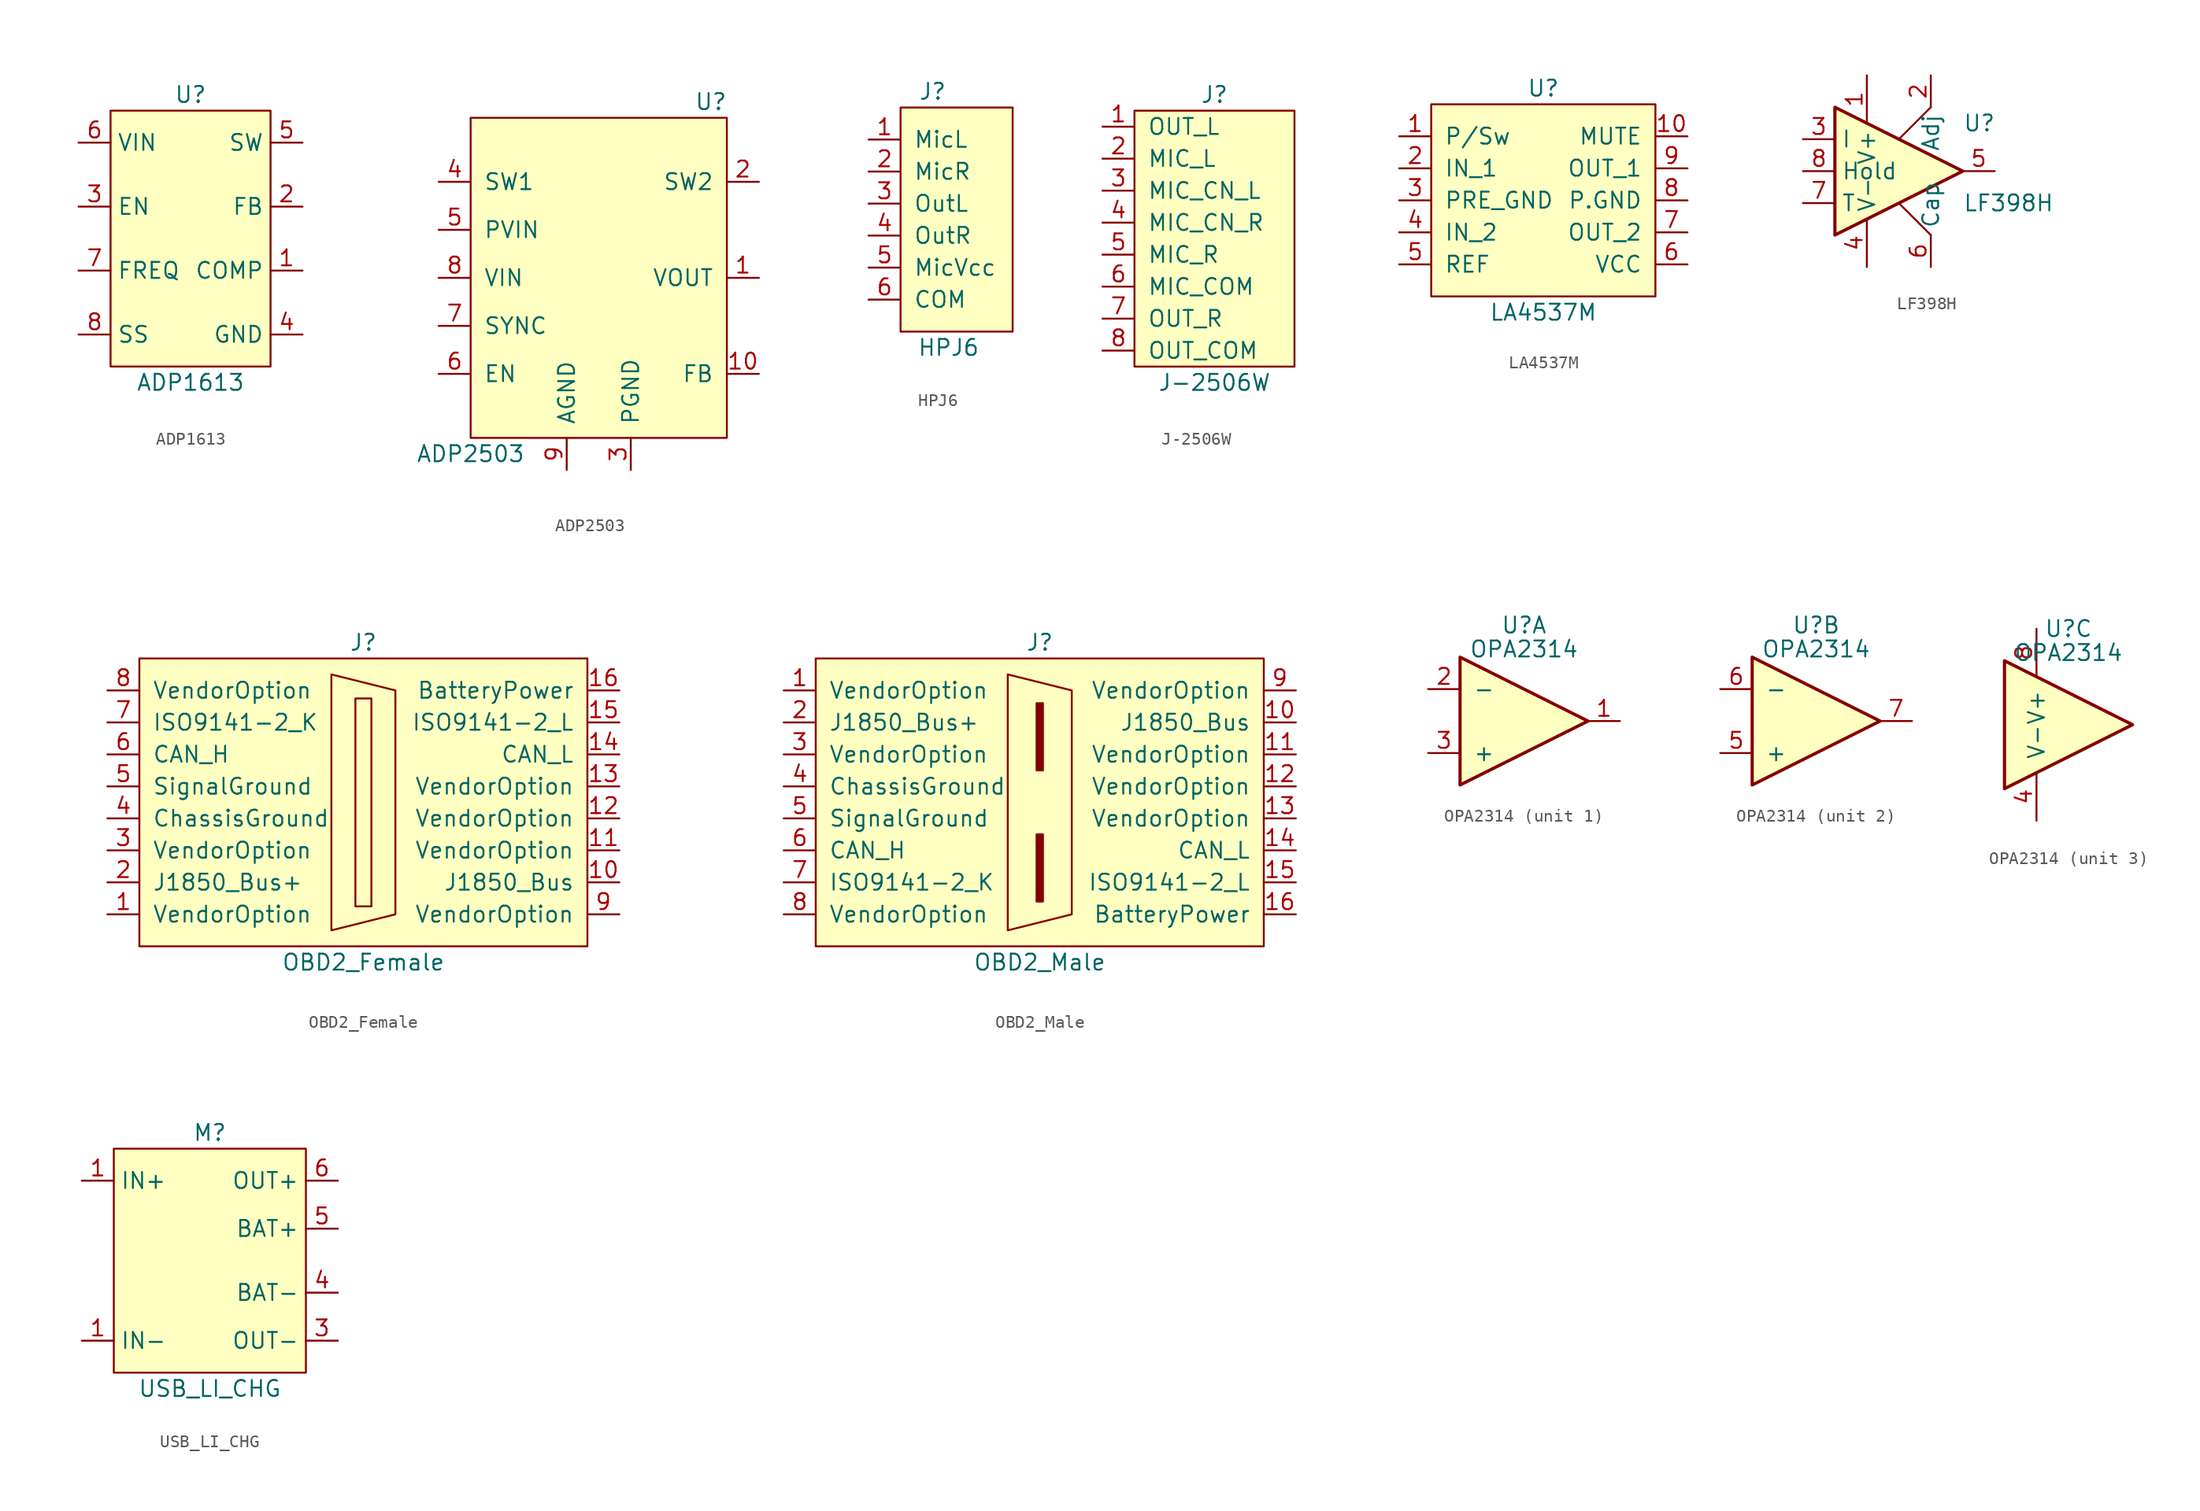
<source format=kicad_sym>
(kicad_symbol_lib
  (version 20211014)
  (generator kicad_symbol_editor)
  (symbol "ADP1613"
    (property "Reference" "U"
      (at 0 11.43 0)
      (effects (font (size 1.27 1.27))))
    (property "Value" "ADP1613"
      (at 0 -11.43 0)
      (effects (font (size 1.27 1.27))))
    (symbol "ADP1613_0_1"
      (rectangle (start -6.35 10.16) (end 6.35 -10.16) (stroke (width 0.152) (type default) (color 0 0 0 0)) (fill (type background))))
    (symbol "ADP1613_1_1"
      (pin input line (at 8.89 -2.54 180) (length 2.54) (name "COMP" (effects (font (size 1.27 1.27)))) (number "1" (effects (font (size 1.27 1.27)))))
      (pin input line (at 8.89 2.54 180) (length 2.54) (name "FB" (effects (font (size 1.27 1.27)))) (number "2" (effects (font (size 1.27 1.27)))))
      (pin input line (at -8.89 2.54 0) (length 2.54) (name "EN" (effects (font (size 1.27 1.27)))) (number "3" (effects (font (size 1.27 1.27)))))
      (pin power_in line (at 8.89 -7.62 180) (length 2.54) (name "GND" (effects (font (size 1.27 1.27)))) (number "4" (effects (font (size 1.27 1.27)))))
      (pin output line (at 8.89 7.62 180) (length 2.54) (name "SW" (effects (font (size 1.27 1.27)))) (number "5" (effects (font (size 1.27 1.27)))))
      (pin power_in line (at -8.89 7.62 0) (length 2.54) (name "VIN" (effects (font (size 1.27 1.27)))) (number "6" (effects (font (size 1.27 1.27)))))
      (pin input line (at -8.89 -2.54 0) (length 2.54) (name "FREQ" (effects (font (size 1.27 1.27)))) (number "7" (effects (font (size 1.27 1.27)))))
      (pin input line (at -8.89 -7.62 0) (length 2.54) (name "SS" (effects (font (size 1.27 1.27)))) (number "8" (effects (font (size 1.27 1.27)))))))
  (symbol "ADP2503"
    (pin_names
      (offset 1.016))
    (property "Reference" "U"
      (at 8.89 13.97 0)
      (effects (font (size 1.27 1.27))))
    (property "Value" "ADP2503"
      (at -10.16 -13.97 0)
      (effects (font (size 1.27 1.27))))
    (symbol "ADP2503_0_1"
      (rectangle (start -10.16 12.7) (end 10.16 -12.7) (stroke (width 0) (type default) (color 0 0 0 0)) (fill (type background))))
    (symbol "ADP2503_1_1"
      (pin output line (at 12.7 0 180) (length 2.54) (name "VOUT" (effects (font (size 1.27 1.27)))) (number "1" (effects (font (size 1.27 1.27)))))
      (pin input line (at 12.7 -7.62 180) (length 2.54) (name "FB" (effects (font (size 1.27 1.27)))) (number "10" (effects (font (size 1.27 1.27)))))
      (pin passive line (at 12.7 7.62 180) (length 2.54) (name "SW2" (effects (font (size 1.27 1.27)))) (number "2" (effects (font (size 1.27 1.27)))))
      (pin power_in line (at 2.54 -15.24 90) (length 2.54) (name "PGND" (effects (font (size 1.27 1.27)))) (number "3" (effects (font (size 1.27 1.27)))))
      (pin passive line (at -12.7 7.62 0) (length 2.54) (name "SW1" (effects (font (size 1.27 1.27)))) (number "4" (effects (font (size 1.27 1.27)))))
      (pin input line (at -12.7 3.81 0) (length 2.54) (name "PVIN" (effects (font (size 1.27 1.27)))) (number "5" (effects (font (size 1.27 1.27)))))
      (pin input line (at -12.7 -7.62 0) (length 2.54) (name "EN" (effects (font (size 1.27 1.27)))) (number "6" (effects (font (size 1.27 1.27)))))
      (pin input line (at -12.7 -3.81 0) (length 2.54) (name "SYNC" (effects (font (size 1.27 1.27)))) (number "7" (effects (font (size 1.27 1.27)))))
      (pin input line (at -12.7 0 0) (length 2.54) (name "VIN" (effects (font (size 1.27 1.27)))) (number "8" (effects (font (size 1.27 1.27)))))
      (pin power_in line (at -2.54 -15.24 90) (length 2.54) (name "AGND" (effects (font (size 1.27 1.27)))) (number "9" (effects (font (size 1.27 1.27)))))))
  (symbol "HPJ6"
    (pin_names
      (offset 1.016))
    (property "Reference" "J"
      (at 0 10.16 0)
      (effects (font (size 1.27 1.27))))
    (property "Value" "HPJ6"
      (at 1.27 -10.16 0)
      (effects (font (size 1.27 1.27))))
    (symbol "HPJ6_0_1"
      (rectangle (start -2.54 8.89) (end 6.35 -8.89) (stroke (width 0) (type default) (color 0 0 0 0)) (fill (type background))))
    (symbol "HPJ6_1_1"
      (pin output line (at -5.08 6.35 0) (length 2.54) (name "MicL" (effects (font (size 1.27 1.27)))) (number "1" (effects (font (size 1.27 1.27)))))
      (pin output line (at -5.08 3.81 0) (length 2.54) (name "MicR" (effects (font (size 1.27 1.27)))) (number "2" (effects (font (size 1.27 1.27)))))
      (pin input line (at -5.08 1.27 0) (length 2.54) (name "OutL" (effects (font (size 1.27 1.27)))) (number "3" (effects (font (size 1.27 1.27)))))
      (pin input line (at -5.08 -1.27 0) (length 2.54) (name "OutR" (effects (font (size 1.27 1.27)))) (number "4" (effects (font (size 1.27 1.27)))))
      (pin power_in line (at -5.08 -3.81 0) (length 2.54) (name "MicVcc" (effects (font (size 1.27 1.27)))) (number "5" (effects (font (size 1.27 1.27)))))
      (pin power_in line (at -5.08 -6.35 0) (length 2.54) (name "COM" (effects (font (size 1.27 1.27)))) (number "6" (effects (font (size 1.27 1.27)))))))
  (symbol "J-2506W"
    (pin_names
      (offset 1.016))
    (property "Reference" "J"
      (at 0 11.43 0)
      (effects (font (size 1.27 1.27))))
    (property "Value" "J-2506W"
      (at 0 -11.43 0)
      (effects (font (size 1.27 1.27))))
    (symbol "J-2506W_0_1"
      (rectangle (start -6.35 10.16) (end 6.35 -10.16) (stroke (width 0) (type default) (color 0 0 0 0)) (fill (type background))))
    (symbol "J-2506W_1_1"
      (pin output line (at -8.89 8.89 0) (length 2.54) (name "OUT_L" (effects (font (size 1.27 1.27)))) (number "1" (effects (font (size 1.27 1.27)))))
      (pin input line (at -8.89 6.35 0) (length 2.54) (name "MIC_L" (effects (font (size 1.27 1.27)))) (number "2" (effects (font (size 1.27 1.27)))))
      (pin input line (at -8.89 3.81 0) (length 2.54) (name "MIC_CN_L" (effects (font (size 1.27 1.27)))) (number "3" (effects (font (size 1.27 1.27)))))
      (pin input line (at -8.89 1.27 0) (length 2.54) (name "MIC_CN_R" (effects (font (size 1.27 1.27)))) (number "4" (effects (font (size 1.27 1.27)))))
      (pin input line (at -8.89 -1.27 0) (length 2.54) (name "MIC_R" (effects (font (size 1.27 1.27)))) (number "5" (effects (font (size 1.27 1.27)))))
      (pin passive line (at -8.89 -3.81 0) (length 2.54) (name "MIC_COM" (effects (font (size 1.27 1.27)))) (number "6" (effects (font (size 1.27 1.27)))))
      (pin output line (at -8.89 -6.35 0) (length 2.54) (name "OUT_R" (effects (font (size 1.27 1.27)))) (number "7" (effects (font (size 1.27 1.27)))))
      (pin passive line (at -8.89 -8.89 0) (length 2.54) (name "OUT_COM" (effects (font (size 1.27 1.27)))) (number "8" (effects (font (size 1.27 1.27)))))))
  (symbol "LA4537M"
    (pin_names
      (offset 1.016))
    (property "Reference" "U"
      (at 0 8.89 0)
      (effects (font (size 1.27 1.27))))
    (property "Value" "LA4537M"
      (at 0 -8.89 0)
      (effects (font (size 1.27 1.27))))
    (symbol "LA4537M_0_1"
      (rectangle (start -8.89 7.62) (end 8.89 -7.62) (stroke (width 0) (type default) (color 0 0 0 0)) (fill (type background))))
    (symbol "LA4537M_1_1"
      (pin input line (at -11.43 5.08 0) (length 2.54) (name "P/Sw" (effects (font (size 1.27 1.27)))) (number "1" (effects (font (size 1.27 1.27)))))
      (pin input line (at 11.43 5.08 180) (length 2.54) (name "MUTE" (effects (font (size 1.27 1.27)))) (number "10" (effects (font (size 1.27 1.27)))))
      (pin input line (at -11.43 2.54 0) (length 2.54) (name "IN_1" (effects (font (size 1.27 1.27)))) (number "2" (effects (font (size 1.27 1.27)))))
      (pin input line (at -11.43 0 0) (length 2.54) (name "PRE_GND" (effects (font (size 1.27 1.27)))) (number "3" (effects (font (size 1.27 1.27)))))
      (pin input line (at -11.43 -2.54 0) (length 2.54) (name "IN_2" (effects (font (size 1.27 1.27)))) (number "4" (effects (font (size 1.27 1.27)))))
      (pin input line (at -11.43 -5.08 0) (length 2.54) (name "REF" (effects (font (size 1.27 1.27)))) (number "5" (effects (font (size 1.27 1.27)))))
      (pin power_in line (at 11.43 -5.08 180) (length 2.54) (name "VCC" (effects (font (size 1.27 1.27)))) (number "6" (effects (font (size 1.27 1.27)))))
      (pin output line (at 11.43 -2.54 180) (length 2.54) (name "OUT_2" (effects (font (size 1.27 1.27)))) (number "7" (effects (font (size 1.27 1.27)))))
      (pin power_in line (at 11.43 0 180) (length 2.54) (name "P.GND" (effects (font (size 1.27 1.27)))) (number "8" (effects (font (size 1.27 1.27)))))
      (pin output line (at 11.43 2.54 180) (length 2.54) (name "OUT_1" (effects (font (size 1.27 1.27)))) (number "9" (effects (font (size 1.27 1.27)))))))
  (symbol "LF398H"
    (property "Reference" "U"
      (at 5.08 3.81 0)
      (effects (font (size 1.27 1.27)) (justify left)))
    (property "Value" "LF398H"
      (at 5.08 -2.54 0)
      (effects (font (size 1.27 1.27)) (justify left)))
    (symbol "LF398H_0_1"
      (polyline (pts (xy 0 -2.54) (xy 2.54 -5.08)) (stroke (width 0) (type default) (color 0 0 0 0)) (fill (type none)))
      (polyline (pts (xy 2.54 5.08) (xy 0 2.54)) (stroke (width 0) (type default) (color 0 0 0 0)) (fill (type none)))
      (polyline (pts (xy -5.08 5.08) (xy 5.08 0) (xy -5.08 -5.08) (xy -5.08 5.08)) (stroke (width 0.254) (type default) (color 0 0 0 0)) (fill (type background))))
    (symbol "LF398H_1_1"
      (pin passive line (at -2.54 7.62 270) (length 3.81) (name "V+" (effects (font (size 1.27 1.27)))) (number "1" (effects (font (size 1.27 1.27)))))
      (pin passive line (at 2.54 7.62 270) (length 2.54) (name "Adj" (effects (font (size 1.27 1.27)))) (number "2" (effects (font (size 1.27 1.27)))))
      (pin input line (at -7.62 2.54 0) (length 2.54) (name "I" (effects (font (size 1.27 1.27)))) (number "3" (effects (font (size 1.27 1.27)))))
      (pin passive line (at -2.54 -7.62 90) (length 3.81) (name "V-" (effects (font (size 1.27 1.27)))) (number "4" (effects (font (size 1.27 1.27)))))
      (pin output line (at 7.62 0 180) (length 2.54) (name "~" (effects (font (size 1.27 1.27)))) (number "5" (effects (font (size 1.27 1.27)))))
      (pin passive line (at 2.54 -7.62 90) (length 2.54) (name "Cap" (effects (font (size 1.27 1.27)))) (number "6" (effects (font (size 1.27 1.27)))))
      (pin passive line (at -7.62 -2.54 0) (length 2.54) (name "T" (effects (font (size 1.27 1.27)))) (number "7" (effects (font (size 1.27 1.27)))))
      (pin input line (at -7.62 0 0) (length 2.54) (name "Hold" (effects (font (size 1.27 1.27)))) (number "8" (effects (font (size 1.27 1.27)))))))
  (symbol "OBD2_Female"
    (pin_names
      (offset 1.016))
    (property "Reference" "J"
      (at 0 12.7 0)
      (effects (font (size 1.27 1.27))))
    (property "Value" "OBD2_Female"
      (at 0 -12.7 0)
      (effects (font (size 1.27 1.27))))
    (symbol "OBD2_Female_0_1"
      (rectangle (start -17.78 11.43) (end 17.78 -11.43) (stroke (width 0) (type default) (color 0 0 0 0)) (fill (type background)))
      (polyline (pts (xy -2.54 -10.16) (xy -2.54 10.16) (xy 2.54 8.89) (xy 2.54 -8.89) (xy -2.54 -10.16)) (stroke (width 0) (type default) (color 0 0 0 0)) (fill (type none)))
      (polyline (pts (xy 0.635 -8.255) (xy 0.635 8.255) (xy -0.635 8.255) (xy -0.635 -8.255) (xy 0.635 -8.255)) (stroke (width 0) (type default) (color 0 0 0 0)) (fill (type none))))
    (symbol "OBD2_Female_1_1"
      (pin passive line (at -20.32 -8.89 0) (length 2.54) (name "VendorOption" (effects (font (size 1.27 1.27)))) (number "1" (effects (font (size 1.27 1.27)))))
      (pin passive line (at 20.32 -6.35 180) (length 2.54) (name "J1850_Bus" (effects (font (size 1.27 1.27)))) (number "10" (effects (font (size 1.27 1.27)))))
      (pin passive line (at 20.32 -3.81 180) (length 2.54) (name "VendorOption" (effects (font (size 1.27 1.27)))) (number "11" (effects (font (size 1.27 1.27)))))
      (pin passive line (at 20.32 -1.27 180) (length 2.54) (name "VendorOption" (effects (font (size 1.27 1.27)))) (number "12" (effects (font (size 1.27 1.27)))))
      (pin passive line (at 20.32 1.27 180) (length 2.54) (name "VendorOption" (effects (font (size 1.27 1.27)))) (number "13" (effects (font (size 1.27 1.27)))))
      (pin bidirectional line (at 20.32 3.81 180) (length 2.54) (name "CAN_L" (effects (font (size 1.27 1.27)))) (number "14" (effects (font (size 1.27 1.27)))))
      (pin bidirectional line (at 20.32 6.35 180) (length 2.54) (name "ISO9141-2_L" (effects (font (size 1.27 1.27)))) (number "15" (effects (font (size 1.27 1.27)))))
      (pin power_out line (at 20.32 8.89 180) (length 2.54) (name "BatteryPower" (effects (font (size 1.27 1.27)))) (number "16" (effects (font (size 1.27 1.27)))))
      (pin passive line (at -20.32 -6.35 0) (length 2.54) (name "J1850_Bus+" (effects (font (size 1.27 1.27)))) (number "2" (effects (font (size 1.27 1.27)))))
      (pin passive line (at -20.32 -3.81 0) (length 2.54) (name "VendorOption" (effects (font (size 1.27 1.27)))) (number "3" (effects (font (size 1.27 1.27)))))
      (pin power_out line (at -20.32 -1.27 0) (length 2.54) (name "ChassisGround" (effects (font (size 1.27 1.27)))) (number "4" (effects (font (size 1.27 1.27)))))
      (pin power_out line (at -20.32 1.27 0) (length 2.54) (name "SignalGround" (effects (font (size 1.27 1.27)))) (number "5" (effects (font (size 1.27 1.27)))))
      (pin bidirectional line (at -20.32 3.81 0) (length 2.54) (name "CAN_H" (effects (font (size 1.27 1.27)))) (number "6" (effects (font (size 1.27 1.27)))))
      (pin input line (at -20.32 6.35 0) (length 2.54) (name "ISO9141-2_K" (effects (font (size 1.27 1.27)))) (number "7" (effects (font (size 1.27 1.27)))))
      (pin passive line (at -20.32 8.89 0) (length 2.54) (name "VendorOption" (effects (font (size 1.27 1.27)))) (number "8" (effects (font (size 1.27 1.27)))))
      (pin passive line (at 20.32 -8.89 180) (length 2.54) (name "VendorOption" (effects (font (size 1.27 1.27)))) (number "9" (effects (font (size 1.27 1.27)))))))
  (symbol "OBD2_Male"
    (pin_names
      (offset 1.016))
    (property "Reference" "J"
      (at 0 12.7 0)
      (effects (font (size 1.27 1.27))))
    (property "Value" "OBD2_Male"
      (at 0 -12.7 0)
      (effects (font (size 1.27 1.27))))
    (symbol "OBD2_Male_0_1"
      (rectangle (start -17.78 11.43) (end 17.78 -11.43) (stroke (width 0) (type default) (color 0 0 0 0)) (fill (type background)))
      (rectangle (start -0.254 -7.874) (end 0.254 -2.54) (stroke (width 0) (type default) (color 0 0 0 0)) (fill (type outline)))
      (rectangle (start -0.254 7.874) (end 0.254 2.54) (stroke (width 0) (type default) (color 0 0 0 0)) (fill (type outline)))
      (polyline (pts (xy -2.54 -10.16) (xy -2.54 10.16) (xy 2.54 8.89) (xy 2.54 -8.89) (xy -2.54 -10.16)) (stroke (width 0) (type default) (color 0 0 0 0)) (fill (type none))))
    (symbol "OBD2_Male_1_1"
      (pin passive line (at -20.32 8.89 0) (length 2.54) (name "VendorOption" (effects (font (size 1.27 1.27)))) (number "1" (effects (font (size 1.27 1.27)))))
      (pin passive line (at 20.32 6.35 180) (length 2.54) (name "J1850_Bus" (effects (font (size 1.27 1.27)))) (number "10" (effects (font (size 1.27 1.27)))))
      (pin passive line (at 20.32 3.81 180) (length 2.54) (name "VendorOption" (effects (font (size 1.27 1.27)))) (number "11" (effects (font (size 1.27 1.27)))))
      (pin passive line (at 20.32 1.27 180) (length 2.54) (name "VendorOption" (effects (font (size 1.27 1.27)))) (number "12" (effects (font (size 1.27 1.27)))))
      (pin passive line (at 20.32 -1.27 180) (length 2.54) (name "VendorOption" (effects (font (size 1.27 1.27)))) (number "13" (effects (font (size 1.27 1.27)))))
      (pin bidirectional line (at 20.32 -3.81 180) (length 2.54) (name "CAN_L" (effects (font (size 1.27 1.27)))) (number "14" (effects (font (size 1.27 1.27)))))
      (pin bidirectional line (at 20.32 -6.35 180) (length 2.54) (name "ISO9141-2_L" (effects (font (size 1.27 1.27)))) (number "15" (effects (font (size 1.27 1.27)))))
      (pin power_out line (at 20.32 -8.89 180) (length 2.54) (name "BatteryPower" (effects (font (size 1.27 1.27)))) (number "16" (effects (font (size 1.27 1.27)))))
      (pin passive line (at -20.32 6.35 0) (length 2.54) (name "J1850_Bus+" (effects (font (size 1.27 1.27)))) (number "2" (effects (font (size 1.27 1.27)))))
      (pin passive line (at -20.32 3.81 0) (length 2.54) (name "VendorOption" (effects (font (size 1.27 1.27)))) (number "3" (effects (font (size 1.27 1.27)))))
      (pin power_out line (at -20.32 1.27 0) (length 2.54) (name "ChassisGround" (effects (font (size 1.27 1.27)))) (number "4" (effects (font (size 1.27 1.27)))))
      (pin power_out line (at -20.32 -1.27 0) (length 2.54) (name "SignalGround" (effects (font (size 1.27 1.27)))) (number "5" (effects (font (size 1.27 1.27)))))
      (pin bidirectional line (at -20.32 -3.81 0) (length 2.54) (name "CAN_H" (effects (font (size 1.27 1.27)))) (number "6" (effects (font (size 1.27 1.27)))))
      (pin input line (at -20.32 -6.35 0) (length 2.54) (name "ISO9141-2_K" (effects (font (size 1.27 1.27)))) (number "7" (effects (font (size 1.27 1.27)))))
      (pin passive line (at -20.32 -8.89 0) (length 2.54) (name "VendorOption" (effects (font (size 1.27 1.27)))) (number "8" (effects (font (size 1.27 1.27)))))
      (pin passive line (at 20.32 8.89 180) (length 2.54) (name "VendorOption" (effects (font (size 1.27 1.27)))) (number "9" (effects (font (size 1.27 1.27)))))))
  (symbol "OPA2314"
    (pin_names
      (offset 1.016))
    (property "Reference" "U"
      (at 0 7.62 0)
      (effects (font (size 1.27 1.27))))
    (property "Value" "OPA2314"
      (at 0 5.715 0)
      (effects (font (size 1.27 1.27))))
    (property "ki_locked" ""
      (at 0 0 0)
      (effects (font (size 1.27 1.27))))
    (symbol "OPA2314_1_1"
      (polyline (pts (xy -5.08 5.08) (xy 5.08 0) (xy -5.08 -5.08) (xy -5.08 5.08)) (stroke (width 0.254) (type default) (color 0 0 0 0)) (fill (type background)))
      (pin output line (at 7.62 0 180) (length 2.54) (name "~" (effects (font (size 1.27 1.27)))) (number "1" (effects (font (size 1.27 1.27)))))
      (pin input line (at -7.62 2.54 0) (length 2.54) (name "-" (effects (font (size 1.27 1.27)))) (number "2" (effects (font (size 1.27 1.27)))))
      (pin input line (at -7.62 -2.54 0) (length 2.54) (name "+" (effects (font (size 1.27 1.27)))) (number "3" (effects (font (size 1.27 1.27))))))
    (symbol "OPA2314_2_1"
      (polyline (pts (xy -5.08 5.08) (xy 5.08 0) (xy -5.08 -5.08) (xy -5.08 5.08)) (stroke (width 0.254) (type default) (color 0 0 0 0)) (fill (type background)))
      (pin input line (at -7.62 -2.54 0) (length 2.54) (name "+" (effects (font (size 1.27 1.27)))) (number "5" (effects (font (size 1.27 1.27)))))
      (pin input line (at -7.62 2.54 0) (length 2.54) (name "-" (effects (font (size 1.27 1.27)))) (number "6" (effects (font (size 1.27 1.27)))))
      (pin output line (at 7.62 0 180) (length 2.54) (name "~" (effects (font (size 1.27 1.27)))) (number "7" (effects (font (size 1.27 1.27))))))
    (symbol "OPA2314_3_1"
      (polyline (pts (xy -5.08 5.08) (xy 5.08 0) (xy -5.08 -5.08) (xy -5.08 5.08)) (stroke (width 0.254) (type default) (color 0 0 0 0)) (fill (type background)))
      (pin power_in line (at -2.54 -7.62 90) (length 3.81) (name "V-" (effects (font (size 1.27 1.27)))) (number "4" (effects (font (size 1.27 1.27)))))
      (pin power_in line (at -2.54 7.62 270) (length 3.81) (name "V+" (effects (font (size 1.27 1.27)))) (number "8" (effects (font (size 1.27 1.27)))))))
  (symbol "USB_LI_CHG"
    (property "Reference" "M"
      (at 0 10.16 0)
      (effects (font (size 1.27 1.27))))
    (property "Value" "USB_LI_CHG"
      (at 0 -10.16 0)
      (effects (font (size 1.27 1.27))))
    (symbol "USB_LI_CHG_0_1"
      (rectangle (start -7.62 8.89) (end 7.62 -8.89) (stroke (width 0.152) (type default) (color 0 0 0 0)) (fill (type background))))
    (symbol "USB_LI_CHG_1_1"
      (pin input line (at -10.16 6.35 0) (length 2.54) (name "IN+" (effects (font (size 1.27 1.27)))) (number "1" (effects (font (size 1.27 1.27)))))
      (pin input line (at -10.16 -6.35 0) (length 2.54) (name "IN-" (effects (font (size 1.27 1.27)))) (number "1" (effects (font (size 1.27 1.27)))))
      (pin output line (at 10.16 -6.35 180) (length 2.54) (name "OUT-" (effects (font (size 1.27 1.27)))) (number "3" (effects (font (size 1.27 1.27)))))
      (pin output line (at 10.16 -2.54 180) (length 2.54) (name "BAT-" (effects (font (size 1.27 1.27)))) (number "4" (effects (font (size 1.27 1.27)))))
      (pin output line (at 10.16 2.54 180) (length 2.54) (name "BAT+" (effects (font (size 1.27 1.27)))) (number "5" (effects (font (size 1.27 1.27)))))
      (pin output line (at 10.16 6.35 180) (length 2.54) (name "OUT+" (effects (font (size 1.27 1.27)))) (number "6" (effects (font (size 1.27 1.27))))))))
</source>
